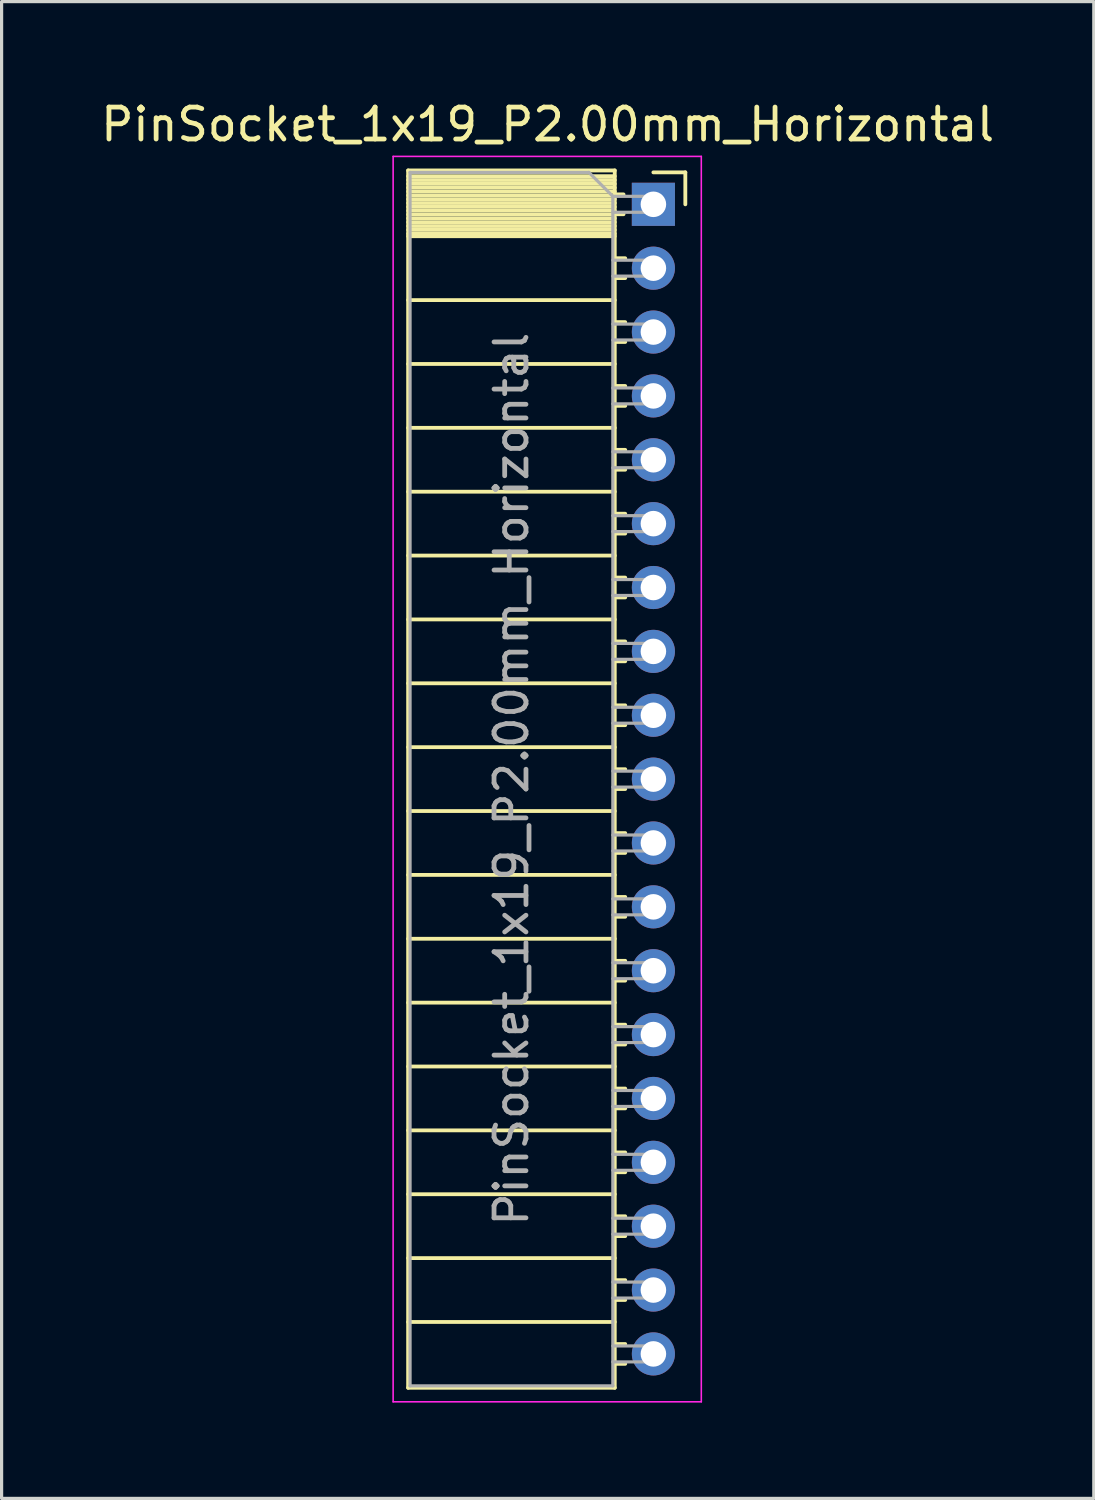
<source format=kicad_pcb>
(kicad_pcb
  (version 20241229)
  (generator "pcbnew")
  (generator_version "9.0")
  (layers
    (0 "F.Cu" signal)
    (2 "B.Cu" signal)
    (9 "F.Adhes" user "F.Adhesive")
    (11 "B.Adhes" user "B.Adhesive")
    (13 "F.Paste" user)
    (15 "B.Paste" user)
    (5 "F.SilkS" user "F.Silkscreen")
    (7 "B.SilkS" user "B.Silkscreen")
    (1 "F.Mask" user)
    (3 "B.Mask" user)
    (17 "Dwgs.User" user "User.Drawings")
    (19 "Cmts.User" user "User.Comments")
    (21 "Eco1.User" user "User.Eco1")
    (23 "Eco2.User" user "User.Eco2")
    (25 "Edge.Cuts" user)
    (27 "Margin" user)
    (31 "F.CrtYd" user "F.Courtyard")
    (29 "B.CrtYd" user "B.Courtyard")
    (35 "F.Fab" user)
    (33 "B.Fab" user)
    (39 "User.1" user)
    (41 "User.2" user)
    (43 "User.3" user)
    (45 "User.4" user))
  (footprint "PinSocket_1x19_P2.00mm_Horizontal"
    (layer "F.Cu")
    (at 17.411 3.348)
    (property "Reference" "PinSocket_1x19_P2.00mm_Horizontal" (at -3.31 -2.5 0) (layer "F.SilkS") (effects (font (size 1 1) (thickness 0.15))))
    (attr through_hole)
    (fp_line (start -7.68 -1.06) (end -7.68 37.06) (stroke (width 0.12) (type solid)) (layer "F.SilkS"))
    (fp_line (start -7.68 -1.06) (end -1.21 -1.06) (stroke (width 0.12) (type solid)) (layer "F.SilkS"))
    (fp_line (start -7.68 -0.88) (end -1.21 -0.88) (stroke (width 0.12) (type solid)) (layer "F.SilkS"))
    (fp_line (start -7.68 -0.76) (end -1.21 -0.76) (stroke (width 0.12) (type solid)) (layer "F.SilkS"))
    (fp_line (start -7.68 -0.64) (end -1.21 -0.64) (stroke (width 0.12) (type solid)) (layer "F.SilkS"))
    (fp_line (start -7.68 -0.52) (end -1.21 -0.52) (stroke (width 0.12) (type solid)) (layer "F.SilkS"))
    (fp_line (start -7.68 -0.4) (end -1.21 -0.4) (stroke (width 0.12) (type solid)) (layer "F.SilkS"))
    (fp_line (start -7.68 -0.28) (end -1.21 -0.28) (stroke (width 0.12) (type solid)) (layer "F.SilkS"))
    (fp_line (start -7.68 -0.16) (end -1.21 -0.16) (stroke (width 0.12) (type solid)) (layer "F.SilkS"))
    (fp_line (start -7.68 -0.04) (end -1.21 -0.04) (stroke (width 0.12) (type solid)) (layer "F.SilkS"))
    (fp_line (start -7.68 0.08) (end -1.21 0.08) (stroke (width 0.12) (type solid)) (layer "F.SilkS"))
    (fp_line (start -7.68 0.2) (end -1.21 0.2) (stroke (width 0.12) (type solid)) (layer "F.SilkS"))
    (fp_line (start -7.68 0.32) (end -1.21 0.32) (stroke (width 0.12) (type solid)) (layer "F.SilkS"))
    (fp_line (start -7.68 0.44) (end -1.21 0.44) (stroke (width 0.12) (type solid)) (layer "F.SilkS"))
    (fp_line (start -7.68 0.56) (end -1.21 0.56) (stroke (width 0.12) (type solid)) (layer "F.SilkS"))
    (fp_line (start -7.68 0.68) (end -1.21 0.68) (stroke (width 0.12) (type solid)) (layer "F.SilkS"))
    (fp_line (start -7.68 0.8) (end -1.21 0.8) (stroke (width 0.12) (type solid)) (layer "F.SilkS"))
    (fp_line (start -7.68 0.92) (end -1.21 0.92) (stroke (width 0.12) (type solid)) (layer "F.SilkS"))
    (fp_line (start -7.68 1) (end -1.21 1) (stroke (width 0.12) (type solid)) (layer "F.SilkS"))
    (fp_line (start -7.68 3) (end -1.21 3) (stroke (width 0.12) (type solid)) (layer "F.SilkS"))
    (fp_line (start -7.68 5) (end -1.21 5) (stroke (width 0.12) (type solid)) (layer "F.SilkS"))
    (fp_line (start -7.68 7) (end -1.21 7) (stroke (width 0.12) (type solid)) (layer "F.SilkS"))
    (fp_line (start -7.68 9) (end -1.21 9) (stroke (width 0.12) (type solid)) (layer "F.SilkS"))
    (fp_line (start -7.68 11) (end -1.21 11) (stroke (width 0.12) (type solid)) (layer "F.SilkS"))
    (fp_line (start -7.68 13) (end -1.21 13) (stroke (width 0.12) (type solid)) (layer "F.SilkS"))
    (fp_line (start -7.68 15) (end -1.21 15) (stroke (width 0.12) (type solid)) (layer "F.SilkS"))
    (fp_line (start -7.68 17) (end -1.21 17) (stroke (width 0.12) (type solid)) (layer "F.SilkS"))
    (fp_line (start -7.68 19) (end -1.21 19) (stroke (width 0.12) (type solid)) (layer "F.SilkS"))
    (fp_line (start -7.68 21) (end -1.21 21) (stroke (width 0.12) (type solid)) (layer "F.SilkS"))
    (fp_line (start -7.68 23) (end -1.21 23) (stroke (width 0.12) (type solid)) (layer "F.SilkS"))
    (fp_line (start -7.68 25) (end -1.21 25) (stroke (width 0.12) (type solid)) (layer "F.SilkS"))
    (fp_line (start -7.68 27) (end -1.21 27) (stroke (width 0.12) (type solid)) (layer "F.SilkS"))
    (fp_line (start -7.68 29) (end -1.21 29) (stroke (width 0.12) (type solid)) (layer "F.SilkS"))
    (fp_line (start -7.68 31) (end -1.21 31) (stroke (width 0.12) (type solid)) (layer "F.SilkS"))
    (fp_line (start -7.68 33) (end -1.21 33) (stroke (width 0.12) (type solid)) (layer "F.SilkS"))
    (fp_line (start -7.68 35) (end -1.21 35) (stroke (width 0.12) (type solid)) (layer "F.SilkS"))
    (fp_line (start -7.68 37.06) (end -1.21 37.06) (stroke (width 0.12) (type solid)) (layer "F.SilkS"))
    (fp_line (start -1.21 -1.06) (end -1.21 37.06) (stroke (width 0.12) (type solid)) (layer "F.SilkS"))
    (fp_line (start -1.21 -0.31) (end -0.935 -0.31) (stroke (width 0.12) (type solid)) (layer "F.SilkS"))
    (fp_line (start -1.21 0.31) (end -0.935 0.31) (stroke (width 0.12) (type solid)) (layer "F.SilkS"))
    (fp_line (start -1.21 1.69) (end -0.882 1.69) (stroke (width 0.12) (type solid)) (layer "F.SilkS"))
    (fp_line (start -1.21 2.31) (end -0.882 2.31) (stroke (width 0.12) (type solid)) (layer "F.SilkS"))
    (fp_line (start -1.21 3.69) (end -0.882 3.69) (stroke (width 0.12) (type solid)) (layer "F.SilkS"))
    (fp_line (start -1.21 4.31) (end -0.882 4.31) (stroke (width 0.12) (type solid)) (layer "F.SilkS"))
    (fp_line (start -1.21 5.69) (end -0.882 5.69) (stroke (width 0.12) (type solid)) (layer "F.SilkS"))
    (fp_line (start -1.21 6.31) (end -0.882 6.31) (stroke (width 0.12) (type solid)) (layer "F.SilkS"))
    (fp_line (start -1.21 7.69) (end -0.882 7.69) (stroke (width 0.12) (type solid)) (layer "F.SilkS"))
    (fp_line (start -1.21 8.31) (end -0.882 8.31) (stroke (width 0.12) (type solid)) (layer "F.SilkS"))
    (fp_line (start -1.21 9.69) (end -0.882 9.69) (stroke (width 0.12) (type solid)) (layer "F.SilkS"))
    (fp_line (start -1.21 10.31) (end -0.882 10.31) (stroke (width 0.12) (type solid)) (layer "F.SilkS"))
    (fp_line (start -1.21 11.69) (end -0.882 11.69) (stroke (width 0.12) (type solid)) (layer "F.SilkS"))
    (fp_line (start -1.21 12.31) (end -0.882 12.31) (stroke (width 0.12) (type solid)) (layer "F.SilkS"))
    (fp_line (start -1.21 13.69) (end -0.882 13.69) (stroke (width 0.12) (type solid)) (layer "F.SilkS"))
    (fp_line (start -1.21 14.31) (end -0.882 14.31) (stroke (width 0.12) (type solid)) (layer "F.SilkS"))
    (fp_line (start -1.21 15.69) (end -0.882 15.69) (stroke (width 0.12) (type solid)) (layer "F.SilkS"))
    (fp_line (start -1.21 16.31) (end -0.882 16.31) (stroke (width 0.12) (type solid)) (layer "F.SilkS"))
    (fp_line (start -1.21 17.69) (end -0.882 17.69) (stroke (width 0.12) (type solid)) (layer "F.SilkS"))
    (fp_line (start -1.21 18.31) (end -0.882 18.31) (stroke (width 0.12) (type solid)) (layer "F.SilkS"))
    (fp_line (start -1.21 19.69) (end -0.882 19.69) (stroke (width 0.12) (type solid)) (layer "F.SilkS"))
    (fp_line (start -1.21 20.31) (end -0.882 20.31) (stroke (width 0.12) (type solid)) (layer "F.SilkS"))
    (fp_line (start -1.21 21.69) (end -0.882 21.69) (stroke (width 0.12) (type solid)) (layer "F.SilkS"))
    (fp_line (start -1.21 22.31) (end -0.882 22.31) (stroke (width 0.12) (type solid)) (layer "F.SilkS"))
    (fp_line (start -1.21 23.69) (end -0.882 23.69) (stroke (width 0.12) (type solid)) (layer "F.SilkS"))
    (fp_line (start -1.21 24.31) (end -0.882 24.31) (stroke (width 0.12) (type solid)) (layer "F.SilkS"))
    (fp_line (start -1.21 25.69) (end -0.882 25.69) (stroke (width 0.12) (type solid)) (layer "F.SilkS"))
    (fp_line (start -1.21 26.31) (end -0.882 26.31) (stroke (width 0.12) (type solid)) (layer "F.SilkS"))
    (fp_line (start -1.21 27.69) (end -0.882 27.69) (stroke (width 0.12) (type solid)) (layer "F.SilkS"))
    (fp_line (start -1.21 28.31) (end -0.882 28.31) (stroke (width 0.12) (type solid)) (layer "F.SilkS"))
    (fp_line (start -1.21 29.69) (end -0.882 29.69) (stroke (width 0.12) (type solid)) (layer "F.SilkS"))
    (fp_line (start -1.21 30.31) (end -0.882 30.31) (stroke (width 0.12) (type solid)) (layer "F.SilkS"))
    (fp_line (start -1.21 31.69) (end -0.882 31.69) (stroke (width 0.12) (type solid)) (layer "F.SilkS"))
    (fp_line (start -1.21 32.31) (end -0.882 32.31) (stroke (width 0.12) (type solid)) (layer "F.SilkS"))
    (fp_line (start -1.21 33.69) (end -0.882 33.69) (stroke (width 0.12) (type solid)) (layer "F.SilkS"))
    (fp_line (start -1.21 34.31) (end -0.882 34.31) (stroke (width 0.12) (type solid)) (layer "F.SilkS"))
    (fp_line (start -1.21 35.69) (end -0.882 35.69) (stroke (width 0.12) (type solid)) (layer "F.SilkS"))
    (fp_line (start -1.21 36.31) (end -0.882 36.31) (stroke (width 0.12) (type solid)) (layer "F.SilkS"))
    (fp_line (start 0 -1) (end 1 -1) (stroke (width 0.12) (type solid)) (layer "F.SilkS"))
    (fp_line (start 1 -1) (end 1 0) (stroke (width 0.12) (type solid)) (layer "F.SilkS"))
    (fp_line (start -8.15 -1.5) (end -8.15 37.5) (stroke (width 0.05) (type solid)) (layer "F.CrtYd"))
    (fp_line (start -8.15 37.5) (end 1.5 37.5) (stroke (width 0.05) (type solid)) (layer "F.CrtYd"))
    (fp_line (start 1.5 -1.5) (end -8.15 -1.5) (stroke (width 0.05) (type solid)) (layer "F.CrtYd"))
    (fp_line (start 1.5 37.5) (end 1.5 -1.5) (stroke (width 0.05) (type solid)) (layer "F.CrtYd"))
    (fp_line (start -7.62 -1) (end -2.02 -1) (stroke (width 0.1) (type solid)) (layer "F.Fab"))
    (fp_line (start -7.62 37) (end -7.62 -1) (stroke (width 0.1) (type solid)) (layer "F.Fab"))
    (fp_line (start -2.02 -1) (end -1.27 -0.25) (stroke (width 0.1) (type solid)) (layer "F.Fab"))
    (fp_line (start -1.27 -0.25) (end -1.27 37) (stroke (width 0.1) (type solid)) (layer "F.Fab"))
    (fp_line (start -1.27 0.25) (end 0 0.25) (stroke (width 0.1) (type solid)) (layer "F.Fab"))
    (fp_line (start -1.27 2.25) (end 0 2.25) (stroke (width 0.1) (type solid)) (layer "F.Fab"))
    (fp_line (start -1.27 4.25) (end 0 4.25) (stroke (width 0.1) (type solid)) (layer "F.Fab"))
    (fp_line (start -1.27 6.25) (end 0 6.25) (stroke (width 0.1) (type solid)) (layer "F.Fab"))
    (fp_line (start -1.27 8.25) (end 0 8.25) (stroke (width 0.1) (type solid)) (layer "F.Fab"))
    (fp_line (start -1.27 10.25) (end 0 10.25) (stroke (width 0.1) (type solid)) (layer "F.Fab"))
    (fp_line (start -1.27 12.25) (end 0 12.25) (stroke (width 0.1) (type solid)) (layer "F.Fab"))
    (fp_line (start -1.27 14.25) (end 0 14.25) (stroke (width 0.1) (type solid)) (layer "F.Fab"))
    (fp_line (start -1.27 16.25) (end 0 16.25) (stroke (width 0.1) (type solid)) (layer "F.Fab"))
    (fp_line (start -1.27 18.25) (end 0 18.25) (stroke (width 0.1) (type solid)) (layer "F.Fab"))
    (fp_line (start -1.27 20.25) (end 0 20.25) (stroke (width 0.1) (type solid)) (layer "F.Fab"))
    (fp_line (start -1.27 22.25) (end 0 22.25) (stroke (width 0.1) (type solid)) (layer "F.Fab"))
    (fp_line (start -1.27 24.25) (end 0 24.25) (stroke (width 0.1) (type solid)) (layer "F.Fab"))
    (fp_line (start -1.27 26.25) (end 0 26.25) (stroke (width 0.1) (type solid)) (layer "F.Fab"))
    (fp_line (start -1.27 28.25) (end 0 28.25) (stroke (width 0.1) (type solid)) (layer "F.Fab"))
    (fp_line (start -1.27 30.25) (end 0 30.25) (stroke (width 0.1) (type solid)) (layer "F.Fab"))
    (fp_line (start -1.27 32.25) (end 0 32.25) (stroke (width 0.1) (type solid)) (layer "F.Fab"))
    (fp_line (start -1.27 34.25) (end 0 34.25) (stroke (width 0.1) (type solid)) (layer "F.Fab"))
    (fp_line (start -1.27 36.25) (end 0 36.25) (stroke (width 0.1) (type solid)) (layer "F.Fab"))
    (fp_line (start -1.27 37) (end -7.62 37) (stroke (width 0.1) (type solid)) (layer "F.Fab"))
    (fp_line (start 0 -0.25) (end -1.27 -0.25) (stroke (width 0.1) (type solid)) (layer "F.Fab"))
    (fp_line (start 0 0.25) (end 0 -0.25) (stroke (width 0.1) (type solid)) (layer "F.Fab"))
    (fp_line (start 0 1.75) (end -1.27 1.75) (stroke (width 0.1) (type solid)) (layer "F.Fab"))
    (fp_line (start 0 2.25) (end 0 1.75) (stroke (width 0.1) (type solid)) (layer "F.Fab"))
    (fp_line (start 0 3.75) (end -1.27 3.75) (stroke (width 0.1) (type solid)) (layer "F.Fab"))
    (fp_line (start 0 4.25) (end 0 3.75) (stroke (width 0.1) (type solid)) (layer "F.Fab"))
    (fp_line (start 0 5.75) (end -1.27 5.75) (stroke (width 0.1) (type solid)) (layer "F.Fab"))
    (fp_line (start 0 6.25) (end 0 5.75) (stroke (width 0.1) (type solid)) (layer "F.Fab"))
    (fp_line (start 0 7.75) (end -1.27 7.75) (stroke (width 0.1) (type solid)) (layer "F.Fab"))
    (fp_line (start 0 8.25) (end 0 7.75) (stroke (width 0.1) (type solid)) (layer "F.Fab"))
    (fp_line (start 0 9.75) (end -1.27 9.75) (stroke (width 0.1) (type solid)) (layer "F.Fab"))
    (fp_line (start 0 10.25) (end 0 9.75) (stroke (width 0.1) (type solid)) (layer "F.Fab"))
    (fp_line (start 0 11.75) (end -1.27 11.75) (stroke (width 0.1) (type solid)) (layer "F.Fab"))
    (fp_line (start 0 12.25) (end 0 11.75) (stroke (width 0.1) (type solid)) (layer "F.Fab"))
    (fp_line (start 0 13.75) (end -1.27 13.75) (stroke (width 0.1) (type solid)) (layer "F.Fab"))
    (fp_line (start 0 14.25) (end 0 13.75) (stroke (width 0.1) (type solid)) (layer "F.Fab"))
    (fp_line (start 0 15.75) (end -1.27 15.75) (stroke (width 0.1) (type solid)) (layer "F.Fab"))
    (fp_line (start 0 16.25) (end 0 15.75) (stroke (width 0.1) (type solid)) (layer "F.Fab"))
    (fp_line (start 0 17.75) (end -1.27 17.75) (stroke (width 0.1) (type solid)) (layer "F.Fab"))
    (fp_line (start 0 18.25) (end 0 17.75) (stroke (width 0.1) (type solid)) (layer "F.Fab"))
    (fp_line (start 0 19.75) (end -1.27 19.75) (stroke (width 0.1) (type solid)) (layer "F.Fab"))
    (fp_line (start 0 20.25) (end 0 19.75) (stroke (width 0.1) (type solid)) (layer "F.Fab"))
    (fp_line (start 0 21.75) (end -1.27 21.75) (stroke (width 0.1) (type solid)) (layer "F.Fab"))
    (fp_line (start 0 22.25) (end 0 21.75) (stroke (width 0.1) (type solid)) (layer "F.Fab"))
    (fp_line (start 0 23.75) (end -1.27 23.75) (stroke (width 0.1) (type solid)) (layer "F.Fab"))
    (fp_line (start 0 24.25) (end 0 23.75) (stroke (width 0.1) (type solid)) (layer "F.Fab"))
    (fp_line (start 0 25.75) (end -1.27 25.75) (stroke (width 0.1) (type solid)) (layer "F.Fab"))
    (fp_line (start 0 26.25) (end 0 25.75) (stroke (width 0.1) (type solid)) (layer "F.Fab"))
    (fp_line (start 0 27.75) (end -1.27 27.75) (stroke (width 0.1) (type solid)) (layer "F.Fab"))
    (fp_line (start 0 28.25) (end 0 27.75) (stroke (width 0.1) (type solid)) (layer "F.Fab"))
    (fp_line (start 0 29.75) (end -1.27 29.75) (stroke (width 0.1) (type solid)) (layer "F.Fab"))
    (fp_line (start 0 30.25) (end 0 29.75) (stroke (width 0.1) (type solid)) (layer "F.Fab"))
    (fp_line (start 0 31.75) (end -1.27 31.75) (stroke (width 0.1) (type solid)) (layer "F.Fab"))
    (fp_line (start 0 32.25) (end 0 31.75) (stroke (width 0.1) (type solid)) (layer "F.Fab"))
    (fp_line (start 0 33.75) (end -1.27 33.75) (stroke (width 0.1) (type solid)) (layer "F.Fab"))
    (fp_line (start 0 34.25) (end 0 33.75) (stroke (width 0.1) (type solid)) (layer "F.Fab"))
    (fp_line (start 0 35.75) (end -1.27 35.75) (stroke (width 0.1) (type solid)) (layer "F.Fab"))
    (fp_line (start 0 36.25) (end 0 35.75) (stroke (width 0.1) (type solid)) (layer "F.Fab"))
    (fp_text user "${REFERENCE}" (at -4.445 18 90) (layer "F.Fab") (effects (font (size 1 1) (thickness 0.15))))
    (pad "1" thru_hole rect (at 0 0) (size 1.35 1.35) (drill 0.8) (layers "*.Cu" "*.Mask"))
    (pad "2" thru_hole oval (at 0 2) (size 1.35 1.35) (drill 0.8) (layers "*.Cu" "*.Mask"))
    (pad "3" thru_hole oval (at 0 4) (size 1.35 1.35) (drill 0.8) (layers "*.Cu" "*.Mask"))
    (pad "4" thru_hole oval (at 0 6) (size 1.35 1.35) (drill 0.8) (layers "*.Cu" "*.Mask"))
    (pad "5" thru_hole oval (at 0 8) (size 1.35 1.35) (drill 0.8) (layers "*.Cu" "*.Mask"))
    (pad "6" thru_hole oval (at 0 10) (size 1.35 1.35) (drill 0.8) (layers "*.Cu" "*.Mask"))
    (pad "7" thru_hole oval (at 0 12) (size 1.35 1.35) (drill 0.8) (layers "*.Cu" "*.Mask"))
    (pad "8" thru_hole oval (at 0 14) (size 1.35 1.35) (drill 0.8) (layers "*.Cu" "*.Mask"))
    (pad "9" thru_hole oval (at 0 16) (size 1.35 1.35) (drill 0.8) (layers "*.Cu" "*.Mask"))
    (pad "10" thru_hole oval (at 0 18) (size 1.35 1.35) (drill 0.8) (layers "*.Cu" "*.Mask"))
    (pad "11" thru_hole oval (at 0 20) (size 1.35 1.35) (drill 0.8) (layers "*.Cu" "*.Mask"))
    (pad "12" thru_hole oval (at 0 22) (size 1.35 1.35) (drill 0.8) (layers "*.Cu" "*.Mask"))
    (pad "13" thru_hole oval (at 0 24) (size 1.35 1.35) (drill 0.8) (layers "*.Cu" "*.Mask"))
    (pad "14" thru_hole oval (at 0 26) (size 1.35 1.35) (drill 0.8) (layers "*.Cu" "*.Mask"))
    (pad "15" thru_hole oval (at 0 28) (size 1.35 1.35) (drill 0.8) (layers "*.Cu" "*.Mask"))
    (pad "16" thru_hole oval (at 0 30) (size 1.35 1.35) (drill 0.8) (layers "*.Cu" "*.Mask"))
    (pad "17" thru_hole oval (at 0 32) (size 1.35 1.35) (drill 0.8) (layers "*.Cu" "*.Mask"))
    (pad "18" thru_hole oval (at 0 34) (size 1.35 1.35) (drill 0.8) (layers "*.Cu" "*.Mask"))
    (pad "19" thru_hole oval (at 0 36) (size 1.35 1.35) (drill 0.8) (layers "*.Cu" "*.Mask")))
  (gr_rect
    (start -3 -3)
    (end 31.202 43.873)
    (stroke (width 0.1) (type default))
    (fill no)
    (layer "Edge.Cuts")))
</source>
